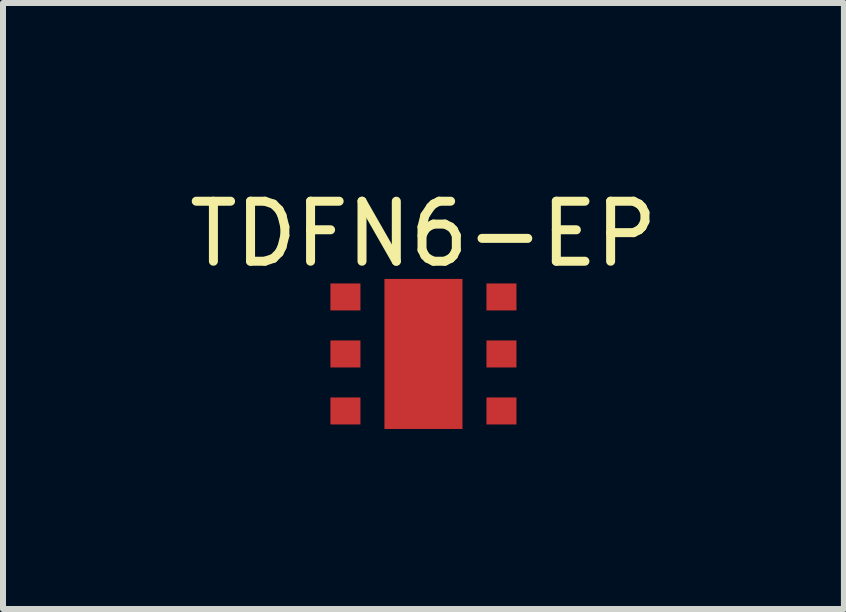
<source format=kicad_pcb>
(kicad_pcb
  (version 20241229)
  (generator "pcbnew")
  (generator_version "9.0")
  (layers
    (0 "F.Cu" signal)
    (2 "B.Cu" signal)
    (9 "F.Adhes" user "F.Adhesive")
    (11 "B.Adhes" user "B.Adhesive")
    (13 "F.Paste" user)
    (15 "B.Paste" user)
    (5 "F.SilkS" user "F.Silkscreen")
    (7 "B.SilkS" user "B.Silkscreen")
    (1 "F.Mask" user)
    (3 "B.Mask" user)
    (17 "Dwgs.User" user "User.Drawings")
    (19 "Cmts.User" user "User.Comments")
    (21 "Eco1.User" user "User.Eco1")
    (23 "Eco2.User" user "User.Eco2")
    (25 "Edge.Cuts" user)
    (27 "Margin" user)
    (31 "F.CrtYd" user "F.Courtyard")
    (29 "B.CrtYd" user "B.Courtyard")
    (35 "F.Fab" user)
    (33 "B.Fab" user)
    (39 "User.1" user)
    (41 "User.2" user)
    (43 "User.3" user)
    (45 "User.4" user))
  (footprint "TDFN6-EP"
    (layer "F.Cu")
    (at 4.006 2.848)
    (property "Reference" "TDFN6-EP" (at 0 -2 0) (layer "F.SilkS") (effects (font (size 1 1) (thickness 0.15))))
    (attr through_hole)
    (pad "1" smd rect (at -1.3 -0.95 90) (size 0.45 0.5) (layers "F.Cu" "F.Mask" "F.Paste"))
    (pad "2" smd rect (at -1.3 0 90) (size 0.45 0.5) (layers "F.Cu" "F.Mask" "F.Paste"))
    (pad "3" smd rect (at -1.3 0.95 90) (size 0.45 0.5) (layers "F.Cu" "F.Mask" "F.Paste"))
    (pad "4" smd rect (at 1.3 0.95 90) (size 0.45 0.5) (layers "F.Cu" "F.Mask" "F.Paste"))
    (pad "5" smd rect (at 1.3 0 90) (size 0.45 0.5) (layers "F.Cu" "F.Mask" "F.Paste"))
    (pad "6" smd rect (at 1.3 -0.95 90) (size 0.45 0.5) (layers "F.Cu" "F.Mask" "F.Paste"))
    (pad "7" smd rect (at 0 0 90) (size 2.5 1.3) (layers "F.Cu" "F.Mask" "F.Paste")))
  (gr_rect
    (start -3 -3)
    (end 11.012 7.098)
    (stroke (width 0.1) (type default))
    (fill no)
    (layer "Edge.Cuts")))
</source>
